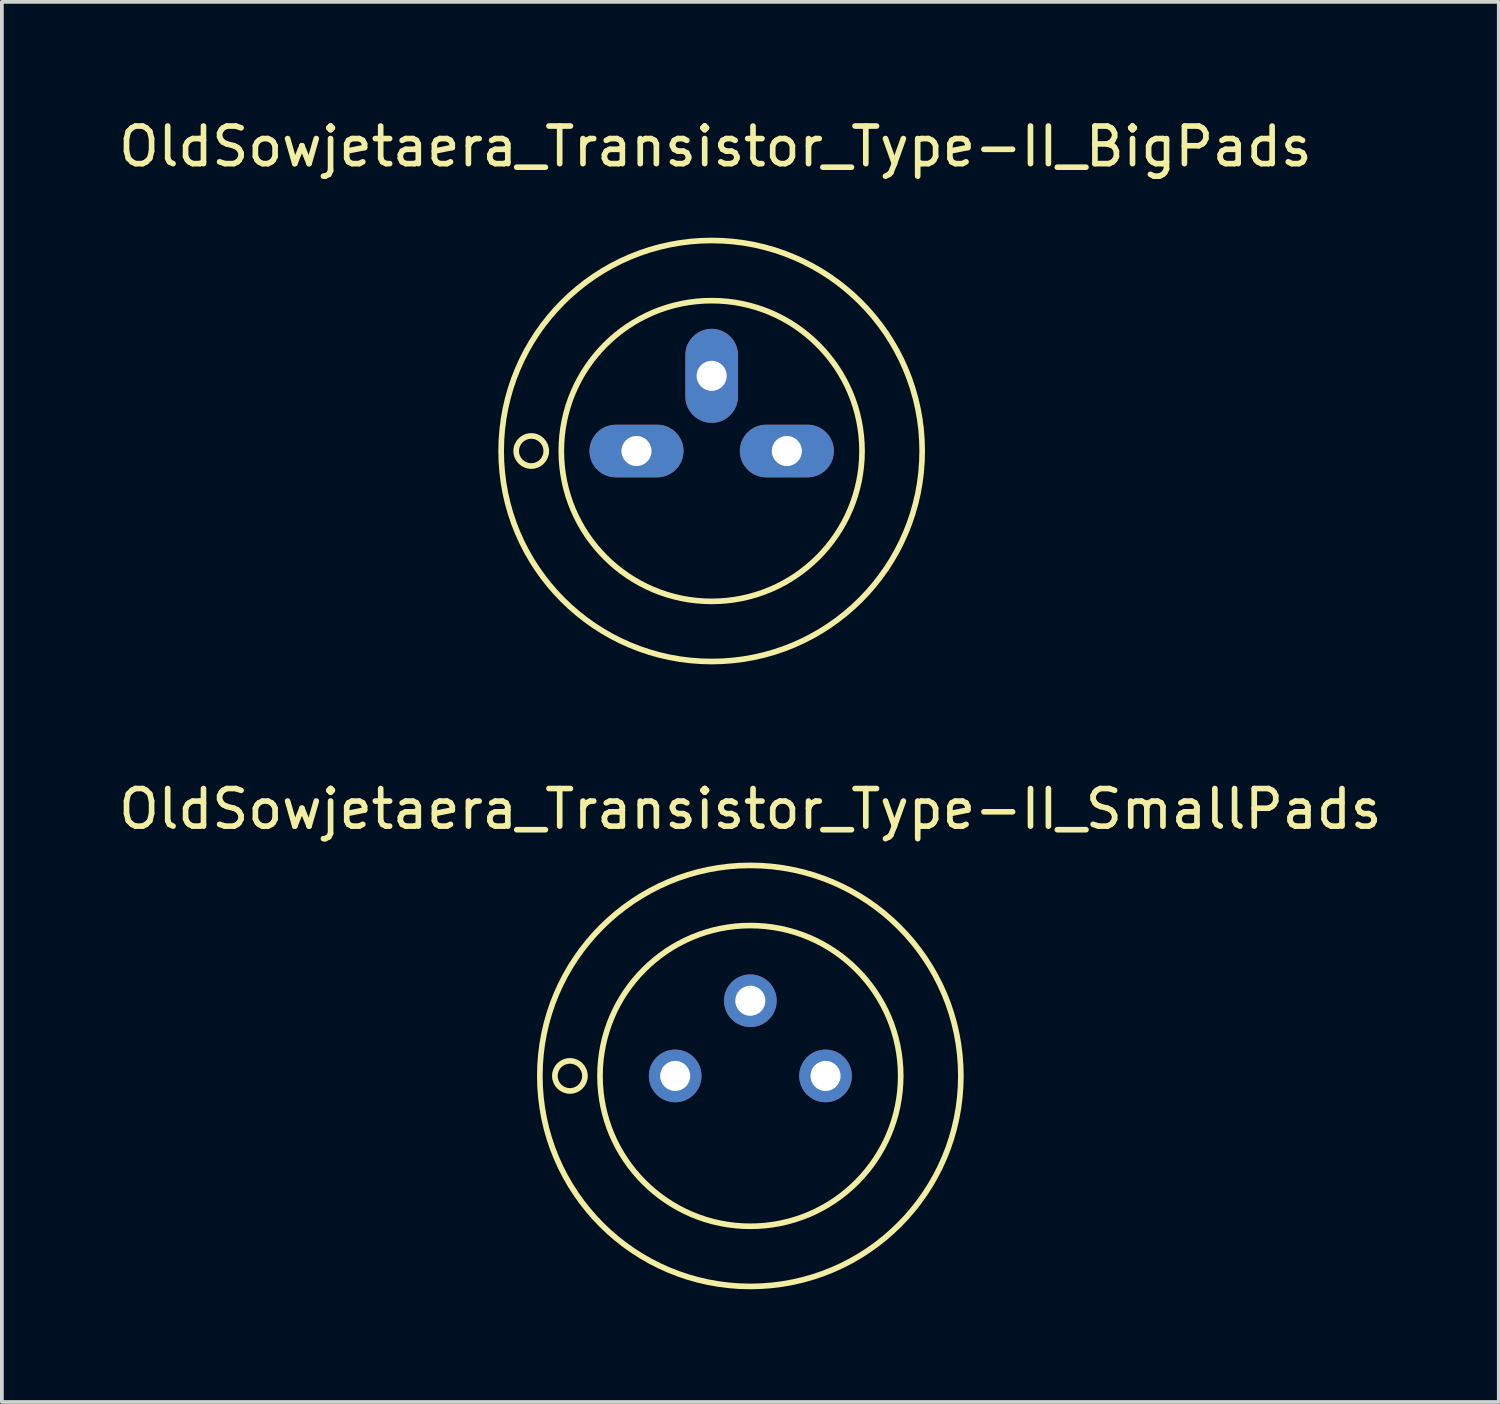
<source format=kicad_pcb>
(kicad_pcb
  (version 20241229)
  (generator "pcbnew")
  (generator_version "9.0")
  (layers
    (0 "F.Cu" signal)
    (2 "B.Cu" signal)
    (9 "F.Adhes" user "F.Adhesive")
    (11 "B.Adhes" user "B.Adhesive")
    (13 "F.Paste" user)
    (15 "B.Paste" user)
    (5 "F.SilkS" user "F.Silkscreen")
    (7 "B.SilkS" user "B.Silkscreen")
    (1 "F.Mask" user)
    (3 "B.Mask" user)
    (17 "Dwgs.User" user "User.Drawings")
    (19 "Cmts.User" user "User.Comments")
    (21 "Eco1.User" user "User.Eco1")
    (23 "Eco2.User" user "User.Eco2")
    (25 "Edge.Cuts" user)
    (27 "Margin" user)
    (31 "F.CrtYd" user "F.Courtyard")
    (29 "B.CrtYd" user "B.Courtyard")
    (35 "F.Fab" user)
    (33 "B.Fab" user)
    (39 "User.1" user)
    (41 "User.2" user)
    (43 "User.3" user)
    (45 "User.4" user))
  (footprint "OldSowjetaera_Transistor_Type-II_SmallPads"
    (layer "F.Cu")
    (at 16.911 25.572)
    (property "Reference" "OldSowjetaera_Transistor_Type-II_SmallPads" (at 0 -7.1 0) (layer "F.SilkS") (effects (font (size 1 1) (thickness 0.15))))
    (attr through_hole)
    (fp_circle (center -4.8 0) (end -4.8 0.4) (stroke (width 0.15) (type solid)) (fill no) (layer "F.SilkS"))
    (fp_circle (center 0 0) (end 4 0) (stroke (width 0.15) (type solid)) (fill no) (layer "F.SilkS"))
    (fp_circle (center 0 0) (end 5.6 0) (stroke (width 0.15) (type solid)) (fill no) (layer "F.SilkS"))
    (pad "1" thru_hole circle (at -2 0) (size 1.4 1.4) (drill 0.8) (layers "*.Cu" "*.Mask"))
    (pad "2" thru_hole circle (at 0 -2) (size 1.4 1.4) (drill 0.8) (layers "*.Cu" "*.Mask"))
    (pad "3" thru_hole circle (at 2 0) (size 1.4 1.4) (drill 0.8) (layers "*.Cu" "*.Mask")))
  (footprint "OldSowjetaera_Transistor_Type-II_BigPads"
    (layer "F.Cu")
    (at 15.882 8.948)
    (property "Reference" "OldSowjetaera_Transistor_Type-II_BigPads" (at 0.1 -8.1 0) (layer "F.SilkS") (effects (font (size 1 1) (thickness 0.15))))
    (attr through_hole)
    (fp_circle (center -4.8 0) (end -4.8 0.4) (stroke (width 0.15) (type solid)) (fill no) (layer "F.SilkS"))
    (fp_circle (center 0 0) (end 4 0) (stroke (width 0.15) (type solid)) (fill no) (layer "F.SilkS"))
    (fp_circle (center 0 0) (end 5.6 0) (stroke (width 0.15) (type solid)) (fill no) (layer "F.SilkS"))
    (pad "1" thru_hole oval (at -2 0 90) (size 1.4 2.5) (drill 0.8) (layers "*.Cu" "*.Mask"))
    (pad "2" thru_hole oval (at 0 -2) (size 1.4 2.5) (drill 0.8) (layers "*.Cu" "*.Mask"))
    (pad "3" thru_hole oval (at 2 0 90) (size 1.4 2.5) (drill 0.8) (layers "*.Cu" "*.Mask")))
  (gr_rect
    (start -3 -3)
    (end 36.821 34.246)
    (stroke (width 0.1) (type default))
    (fill no)
    (layer "Edge.Cuts")))
</source>
